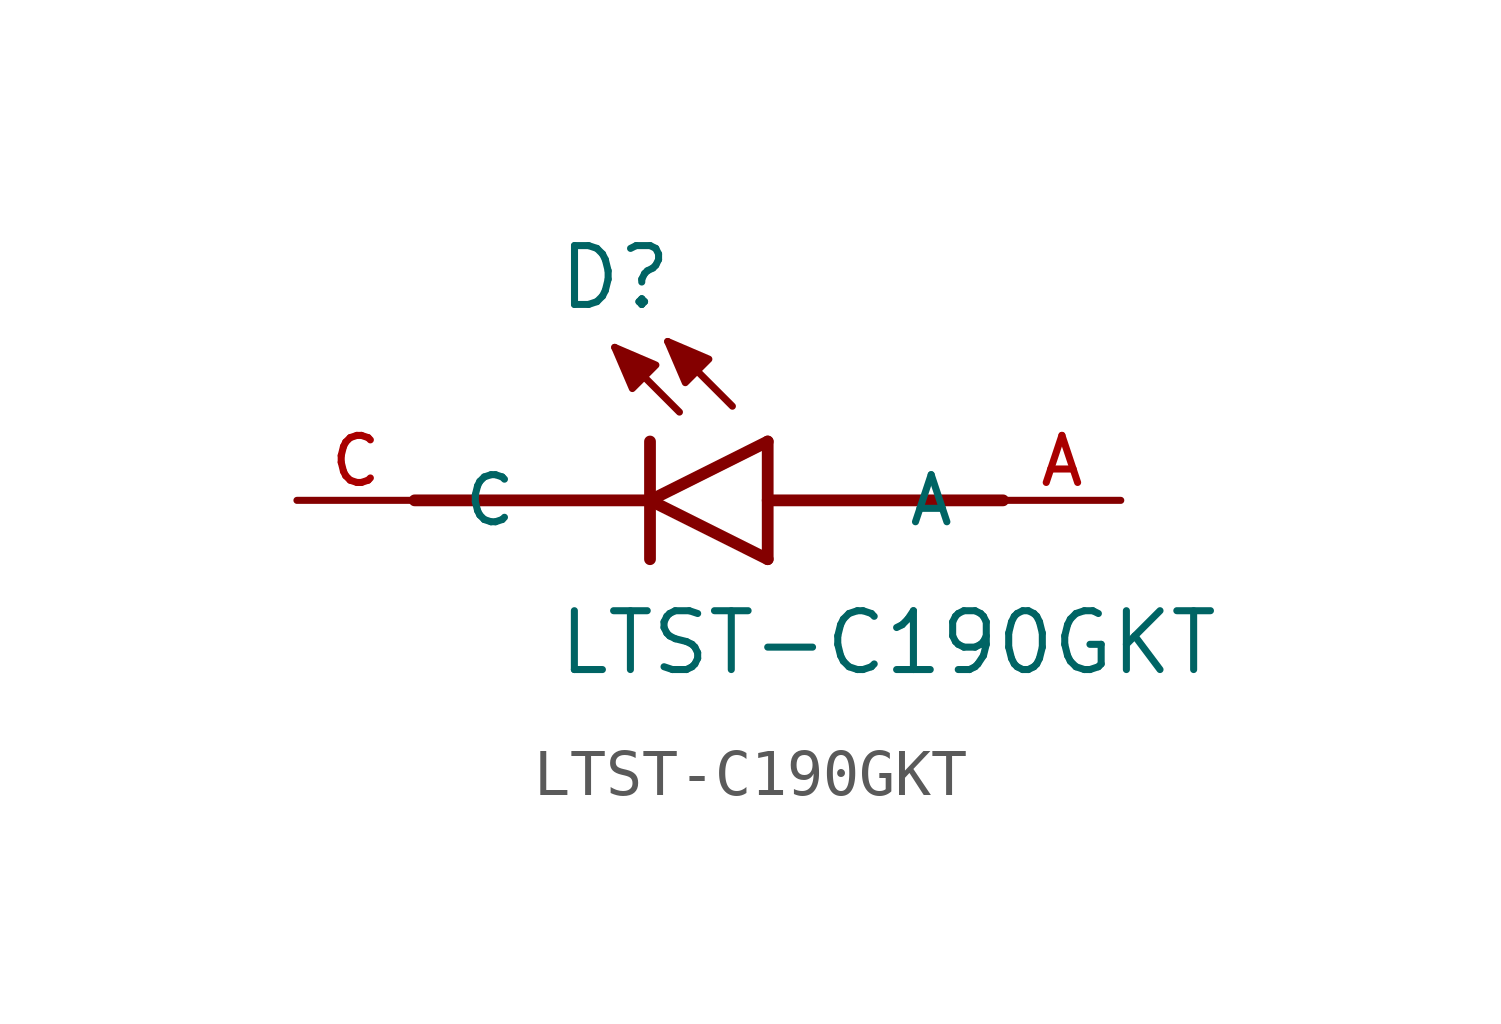
<source format=kicad_sym>
(kicad_symbol_lib
  (version 20211014)
  (generator kicad_symbol_editor)
  (symbol "LTST-C190GKT"
    (pin_names
      (offset 1.016))
    (property "Reference" "D"
      (at -2.032 4.065 0)
      (effects (font (size 1.27 1.27)) (justify bottom left)))
    (property "Value" "LTST-C190GKT"
      (at -2.035 -3.815 0)
      (effects (font (size 1.27 1.27)) (justify bottom left)))
    (symbol "LTST-C190GKT_0_0"
      (polyline (pts (xy 2.54 -1.27) (xy 0.0 0.0)) (stroke (width 0.254)))
      (polyline (pts (xy 0.0 0.0) (xy 2.54 1.27)) (stroke (width 0.254)))
      (polyline (pts (xy 0.0 -1.27) (xy 0.0 0.0)) (stroke (width 0.254)))
      (polyline (pts (xy 0.0 0.0) (xy 0.0 1.27)) (stroke (width 0.254)))
      (polyline (pts (xy 2.54 -1.27) (xy 2.54 1.27)) (stroke (width 0.254)))
      (polyline (pts (xy 1.778 2.032) (xy 0.381 3.429)) (stroke (width 0.152)))
      (polyline (pts (xy 0.635 1.905) (xy -0.762 3.302)) (stroke (width 0.152)))
      (polyline (pts (xy 0.381 3.429) (xy 1.27 3.048) (xy 0.762 2.54) (xy 0.381 3.429)) (stroke (width 0.152)) (fill (type outline)))
      (polyline (pts (xy -0.762 3.302) (xy 0.127 2.921) (xy -0.381 2.413) (xy -0.762 3.302)) (stroke (width 0.152)) (fill (type outline)))
      (polyline (pts (xy -5.08 0.0) (xy 0.0 0.0)) (stroke (width 0.254)))
      (polyline (pts (xy 2.54 0.0) (xy 7.62 0.0)) (stroke (width 0.254)))
      (pin passive line (at -7.62 0.0 0) (length 2.54) (name "C" (effects (font (size 1.016 1.016)))) (number "C" (effects (font (size 1.016 1.016)))))
      (pin passive line (at 10.16 0.0 180.0) (length 2.54) (name "A" (effects (font (size 1.016 1.016)))) (number "A" (effects (font (size 1.016 1.016))))))))
</source>
